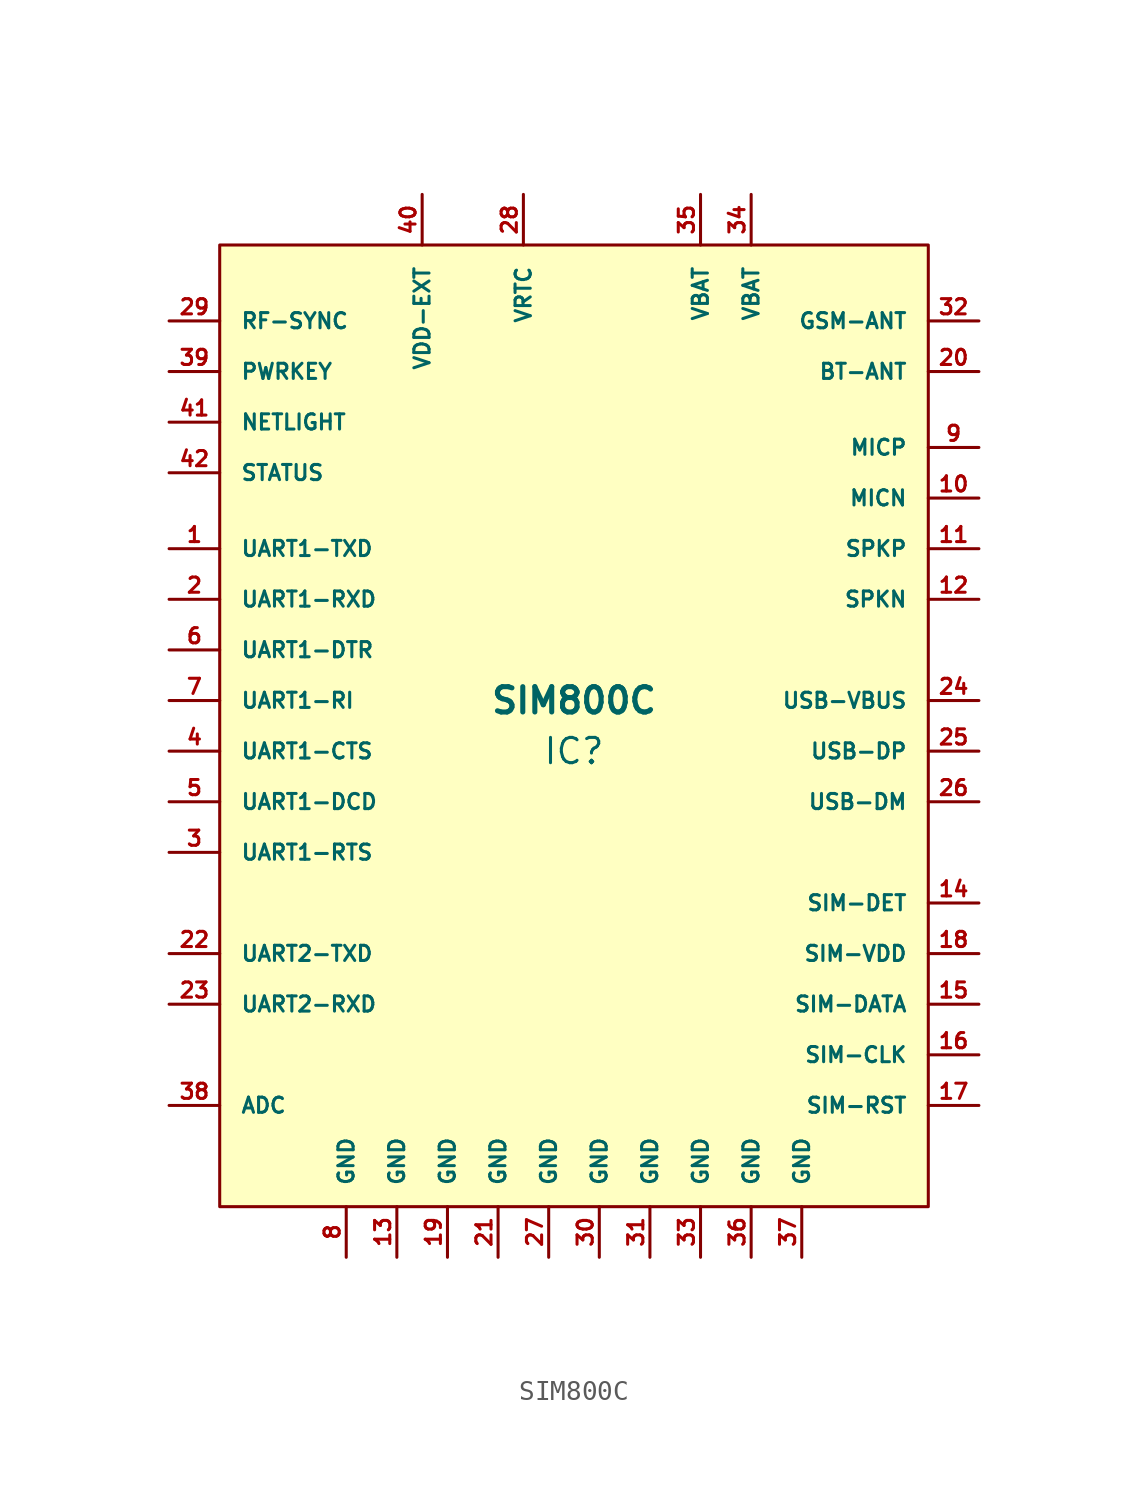
<source format=kicad_sym>
(kicad_symbol_lib
  (version 20220914)
  (generator kicad_symbol_editor)
  (symbol "SIM800C"
    (pin_names
      (offset 1.016))
    (property "Reference" "IC"
      (at 0 1.27 0)
      (effects (font (size 1.27 1.27))))
    (property "Value" "SIM800C"
      (at 0 3.81 0)
      (effects (font (size 1.27 1.27) bold)))
    (symbol "SIM800C_0_0"
      (pin output line (at -20.32 11.43 0) (length 2.54) (name "UART1-TXD" (effects (font (size 0.762 0.762)))) (number "1" (effects (font (size 0.762 0.762)))))
      (pin input line (at 20.32 13.97 180) (length 2.54) (name "MICN" (effects (font (size 0.762 0.762)))) (number "10" (effects (font (size 0.762 0.762)))))
      (pin output line (at 20.32 11.43 180) (length 2.54) (name "SPKP" (effects (font (size 0.762 0.762)))) (number "11" (effects (font (size 0.762 0.762)))))
      (pin output line (at 20.32 8.89 180) (length 2.54) (name "SPKN" (effects (font (size 0.762 0.762)))) (number "12" (effects (font (size 0.762 0.762)))))
      (pin power_in line (at -8.89 -24.13 90) (length 2.54) (name "GND" (effects (font (size 0.762 0.762)))) (number "13" (effects (font (size 0.762 0.762)))))
      (pin input line (at 20.32 -6.35 180) (length 2.54) (name "SIM-DET" (effects (font (size 0.762 0.762)))) (number "14" (effects (font (size 0.762 0.762)))))
      (pin bidirectional line (at 20.32 -11.43 180) (length 2.54) (name "SIM-DATA" (effects (font (size 0.762 0.762)))) (number "15" (effects (font (size 0.762 0.762)))))
      (pin output line (at 20.32 -13.97 180) (length 2.54) (name "SIM-CLK" (effects (font (size 0.762 0.762)))) (number "16" (effects (font (size 0.762 0.762)))))
      (pin output line (at 20.32 -16.51 180) (length 2.54) (name "SIM-RST" (effects (font (size 0.762 0.762)))) (number "17" (effects (font (size 0.762 0.762)))))
      (pin output line (at 20.32 -8.89 180) (length 2.54) (name "SIM-VDD" (effects (font (size 0.762 0.762)))) (number "18" (effects (font (size 0.762 0.762)))))
      (pin power_in line (at -6.35 -24.13 90) (length 2.54) (name "GND" (effects (font (size 0.762 0.762)))) (number "19" (effects (font (size 0.762 0.762)))))
      (pin input line (at -20.32 8.89 0) (length 2.54) (name "UART1-RXD" (effects (font (size 0.762 0.762)))) (number "2" (effects (font (size 0.762 0.762)))))
      (pin power_in line (at -3.81 -24.13 90) (length 2.54) (name "GND" (effects (font (size 0.762 0.762)))) (number "21" (effects (font (size 0.762 0.762)))))
      (pin output line (at -20.32 -8.89 0) (length 2.54) (name "UART2-TXD" (effects (font (size 0.762 0.762)))) (number "22" (effects (font (size 0.762 0.762)))))
      (pin input line (at -20.32 -11.43 0) (length 2.54) (name "UART2-RXD" (effects (font (size 0.762 0.762)))) (number "23" (effects (font (size 0.762 0.762)))))
      (pin power_in line (at -1.27 -24.13 90) (length 2.54) (name "GND" (effects (font (size 0.762 0.762)))) (number "27" (effects (font (size 0.762 0.762)))))
      (pin power_out line (at -2.54 29.21 270) (length 2.54) (name "VRTC" (effects (font (size 0.762 0.762)))) (number "28" (effects (font (size 0.762 0.762)))))
      (pin input line (at -20.32 -3.81 0) (length 2.54) (name "UART1-RTS" (effects (font (size 0.762 0.762)))) (number "3" (effects (font (size 0.762 0.762)))))
      (pin power_in line (at 1.27 -24.13 90) (length 2.54) (name "GND" (effects (font (size 0.762 0.762)))) (number "30" (effects (font (size 0.762 0.762)))))
      (pin power_in line (at 3.81 -24.13 90) (length 2.54) (name "GND" (effects (font (size 0.762 0.762)))) (number "31" (effects (font (size 0.762 0.762)))))
      (pin bidirectional line (at 20.32 22.86 180) (length 2.54) (name "GSM-ANT" (effects (font (size 0.762 0.762)))) (number "32" (effects (font (size 0.762 0.762)))))
      (pin power_in line (at 6.35 -24.13 90) (length 2.54) (name "GND" (effects (font (size 0.762 0.762)))) (number "33" (effects (font (size 0.762 0.762)))))
      (pin power_in line (at 8.89 29.21 270) (length 2.54) (name "VBAT" (effects (font (size 0.762 0.762)))) (number "34" (effects (font (size 0.762 0.762)))))
      (pin power_in line (at 6.35 29.21 270) (length 2.54) (name "VBAT" (effects (font (size 0.762 0.762)))) (number "35" (effects (font (size 0.762 0.762)))))
      (pin power_in line (at 8.89 -24.13 90) (length 2.54) (name "GND" (effects (font (size 0.762 0.762)))) (number "36" (effects (font (size 0.762 0.762)))))
      (pin power_in line (at 11.43 -24.13 90) (length 2.54) (name "GND" (effects (font (size 0.762 0.762)))) (number "37" (effects (font (size 0.762 0.762)))))
      (pin input line (at -20.32 20.32 0) (length 2.54) (name "PWRKEY" (effects (font (size 0.762 0.762)))) (number "39" (effects (font (size 0.762 0.762)))))
      (pin output line (at -20.32 1.27 0) (length 2.54) (name "UART1-CTS" (effects (font (size 0.762 0.762)))) (number "4" (effects (font (size 0.762 0.762)))))
      (pin power_out line (at -7.62 29.21 270) (length 2.54) (name "VDD-EXT" (effects (font (size 0.762 0.762)))) (number "40" (effects (font (size 0.762 0.762)))))
      (pin output line (at -20.32 -1.27 0) (length 2.54) (name "UART1-DCD" (effects (font (size 0.762 0.762)))) (number "5" (effects (font (size 0.762 0.762)))))
      (pin input line (at -20.32 6.35 0) (length 2.54) (name "UART1-DTR" (effects (font (size 0.762 0.762)))) (number "6" (effects (font (size 0.762 0.762)))))
      (pin output line (at -20.32 3.81 0) (length 2.54) (name "UART1-RI" (effects (font (size 0.762 0.762)))) (number "7" (effects (font (size 0.762 0.762)))))
      (pin power_in line (at -11.43 -24.13 90) (length 2.54) (name "GND" (effects (font (size 0.762 0.762)))) (number "8" (effects (font (size 0.762 0.762)))))
      (pin input line (at 20.32 16.51 180) (length 2.54) (name "MICP" (effects (font (size 0.762 0.762)))) (number "9" (effects (font (size 0.762 0.762))))))
    (symbol "SIM800C_1_0"
      (pin bidirectional line (at 20.32 20.32 180) (length 2.54) (name "BT-ANT" (effects (font (size 0.762 0.762)))) (number "20" (effects (font (size 0.762 0.762)))))
      (pin input line (at 20.32 3.81 180) (length 2.54) (name "USB-VBUS" (effects (font (size 0.762 0.762)))) (number "24" (effects (font (size 0.762 0.762)))))
      (pin bidirectional line (at 20.32 1.27 180) (length 2.54) (name "USB-DP" (effects (font (size 0.762 0.762)))) (number "25" (effects (font (size 0.762 0.762)))))
      (pin bidirectional line (at 20.32 -1.27 180) (length 2.54) (name "USB-DM" (effects (font (size 0.762 0.762)))) (number "26" (effects (font (size 0.762 0.762)))))
      (pin output line (at -20.32 22.86 0) (length 2.54) (name "RF-SYNC" (effects (font (size 0.762 0.762)))) (number "29" (effects (font (size 0.762 0.762)))))
      (pin input line (at -20.32 -16.51 0) (length 2.54) (name "ADC" (effects (font (size 0.762 0.762)))) (number "38" (effects (font (size 0.762 0.762)))))
      (pin output line (at -20.32 17.78 0) (length 2.54) (name "NETLIGHT" (effects (font (size 0.762 0.762)))) (number "41" (effects (font (size 0.762 0.762)))))
      (pin output line (at -20.32 15.24 0) (length 2.54) (name "STATUS" (effects (font (size 0.762 0.762)))) (number "42" (effects (font (size 0.762 0.762))))))
    (symbol "SIM800C_1_1"
      (rectangle (start 17.78 -21.59) (end -17.78 26.67) (stroke (width 0) (type solid)) (fill (type background))))))
</source>
